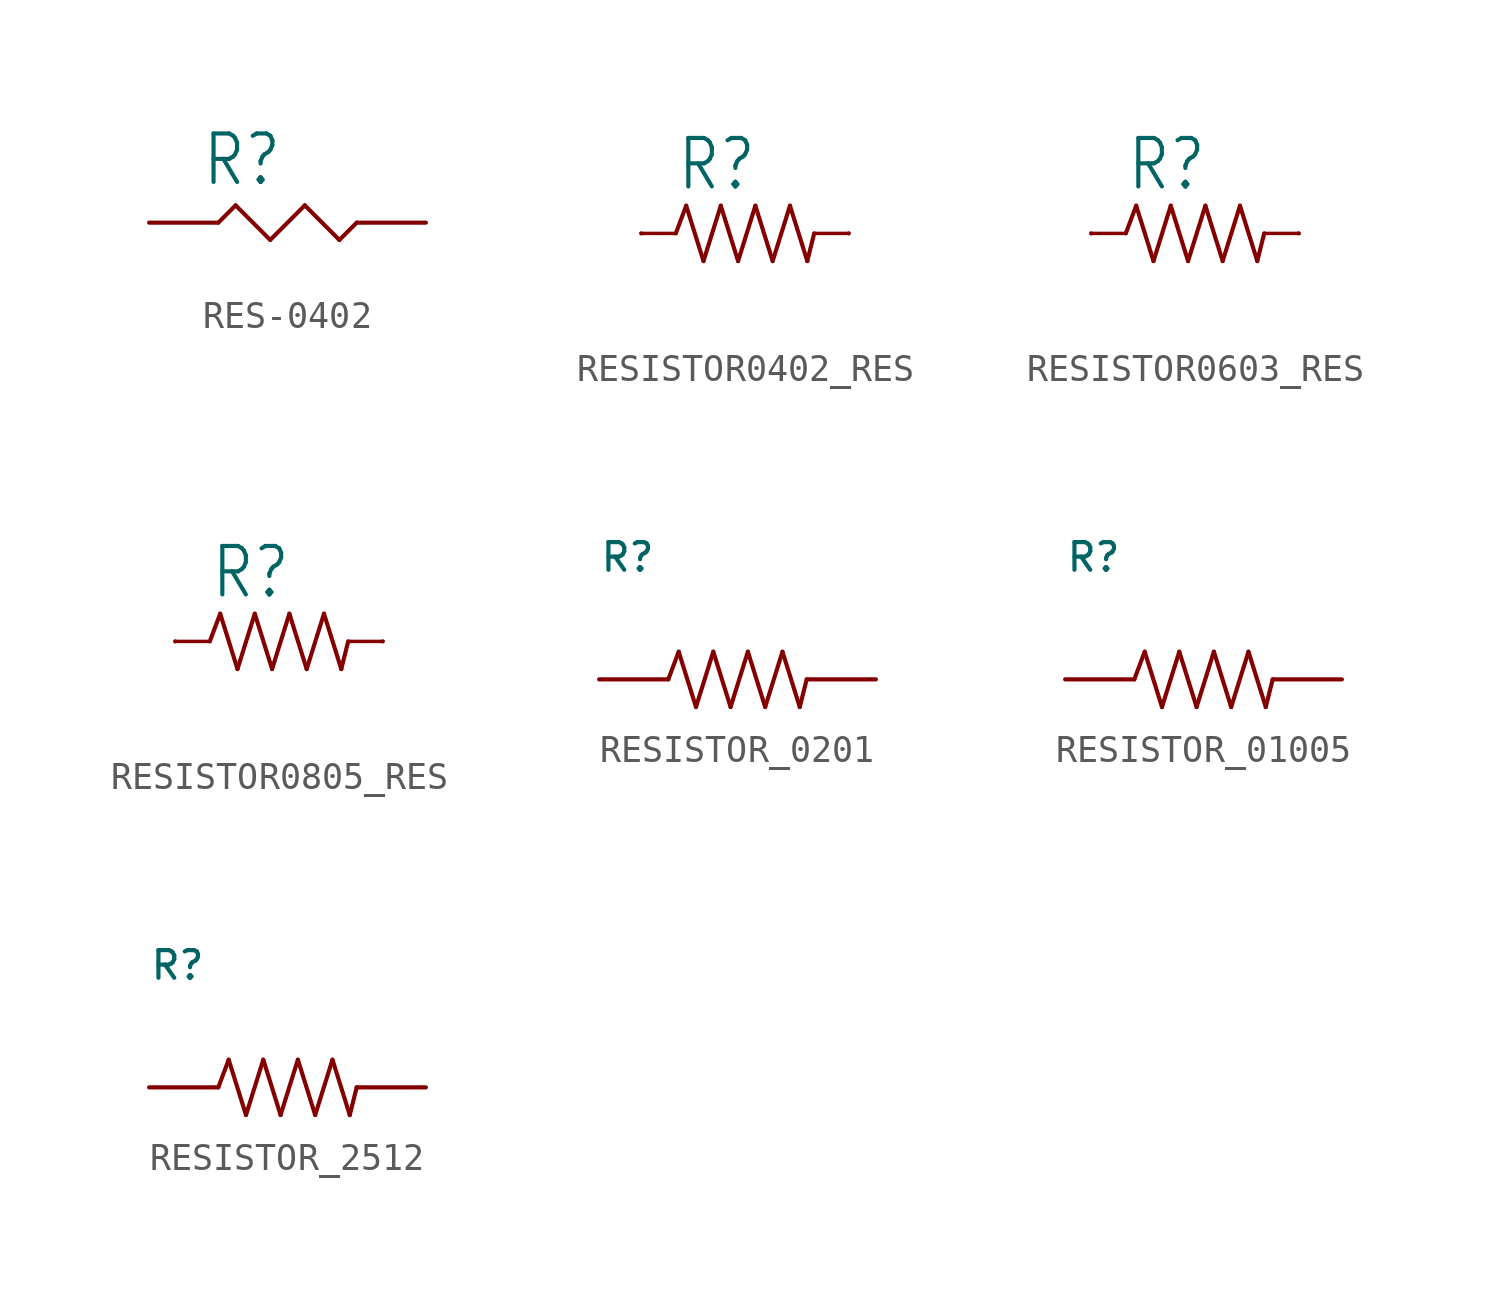
<source format=kicad_sym>
(kicad_symbol_lib
  (version 20231120)
  (generator "kicad_symbol_editor")
  (generator_version "8.0")
  (symbol "RES-0402"
    (property "Reference" "R"
      (at -3.175 1.27 0)
      (effects (font (size 1.778 1.511)) (justify left bottom)))
    (property "Value" ""
      (at -3.175 -1.905 0)
      (effects (font (size 1.778 1.511)) (justify left bottom)))
    (property "ki_locked" ""
      (at 0 0 0)
      (effects (font (size 1.27 1.27))))
    (symbol "RES-0402_1_0"
      (polyline (pts (xy -2.54 0) (xy -1.905 0.635)) (stroke (width 0.152) (type solid)) (fill (type none)))
      (polyline (pts (xy -1.905 0.635) (xy -0.635 -0.635)) (stroke (width 0.152) (type solid)) (fill (type none)))
      (polyline (pts (xy -0.635 -0.635) (xy 0.635 0.635)) (stroke (width 0.152) (type solid)) (fill (type none)))
      (polyline (pts (xy 0.635 0.635) (xy 1.905 -0.635)) (stroke (width 0.152) (type solid)) (fill (type none)))
      (polyline (pts (xy 1.905 -0.635) (xy 2.54 0)) (stroke (width 0.152) (type solid)) (fill (type none)))
      (pin bidirectional line (at -5.08 0 0) (length 2.54) (name "P$1" (effects (font (size 0 0)))) (number "P$1" (effects (font (size 0 0)))))
      (pin bidirectional line (at 5.08 0 180) (length 2.54) (name "P$2" (effects (font (size 0 0)))) (number "P$2" (effects (font (size 0 0)))))))
  (symbol "RESISTOR0402_RES"
    (property "Reference" "R"
      (at -3.81 1.499 0)
      (effects (font (size 1.778 1.511)) (justify left bottom)))
    (property "Value" ""
      (at -3.81 -3.302 0)
      (effects (font (size 1.778 1.511)) (justify left bottom)))
    (property "ki_locked" ""
      (at 0 0 0)
      (effects (font (size 1.27 1.27))))
    (symbol "RESISTOR0402_RES_1_0"
      (polyline (pts (xy -5.08 0) (xy -3.81 0)) (stroke (width 0.127) (type solid)) (fill (type none)))
      (polyline (pts (xy -3.81 0) (xy -3.429 1.016)) (stroke (width 0.152) (type solid)) (fill (type none)))
      (polyline (pts (xy -3.429 1.016) (xy -2.794 -1.016)) (stroke (width 0.152) (type solid)) (fill (type none)))
      (polyline (pts (xy -2.794 -1.016) (xy -2.159 1.016)) (stroke (width 0.152) (type solid)) (fill (type none)))
      (polyline (pts (xy -2.159 1.016) (xy -1.524 -1.016)) (stroke (width 0.152) (type solid)) (fill (type none)))
      (polyline (pts (xy -1.524 -1.016) (xy -0.889 1.016)) (stroke (width 0.152) (type solid)) (fill (type none)))
      (polyline (pts (xy -0.889 1.016) (xy -0.254 -1.016)) (stroke (width 0.152) (type solid)) (fill (type none)))
      (polyline (pts (xy -0.254 -1.016) (xy 0.381 1.016)) (stroke (width 0.152) (type solid)) (fill (type none)))
      (polyline (pts (xy 0.381 1.016) (xy 1.016 -1.016)) (stroke (width 0.152) (type solid)) (fill (type none)))
      (polyline (pts (xy 1.016 -1.016) (xy 1.27 0)) (stroke (width 0.152) (type solid)) (fill (type none)))
      (polyline (pts (xy 2.54 0) (xy 1.27 0)) (stroke (width 0.127) (type solid)) (fill (type none)))
      (pin passive line (at -5.08 0 0) (length 0) (name "1" (effects (font (size 0 0)))) (number "1" (effects (font (size 0 0)))))
      (pin passive line (at 2.54 0 180) (length 0) (name "2" (effects (font (size 0 0)))) (number "2" (effects (font (size 0 0)))))))
  (symbol "RESISTOR0603_RES"
    (property "Reference" "R"
      (at -3.81 1.499 0)
      (effects (font (size 1.778 1.511)) (justify left bottom)))
    (property "Value" ""
      (at -3.81 -3.302 0)
      (effects (font (size 1.778 1.511)) (justify left bottom)))
    (property "ki_locked" ""
      (at 0 0 0)
      (effects (font (size 1.27 1.27))))
    (symbol "RESISTOR0603_RES_1_0"
      (polyline (pts (xy -5.08 0) (xy -3.81 0)) (stroke (width 0.127) (type solid)) (fill (type none)))
      (polyline (pts (xy -3.81 0) (xy -3.429 1.016)) (stroke (width 0.152) (type solid)) (fill (type none)))
      (polyline (pts (xy -3.429 1.016) (xy -2.794 -1.016)) (stroke (width 0.152) (type solid)) (fill (type none)))
      (polyline (pts (xy -2.794 -1.016) (xy -2.159 1.016)) (stroke (width 0.152) (type solid)) (fill (type none)))
      (polyline (pts (xy -2.159 1.016) (xy -1.524 -1.016)) (stroke (width 0.152) (type solid)) (fill (type none)))
      (polyline (pts (xy -1.524 -1.016) (xy -0.889 1.016)) (stroke (width 0.152) (type solid)) (fill (type none)))
      (polyline (pts (xy -0.889 1.016) (xy -0.254 -1.016)) (stroke (width 0.152) (type solid)) (fill (type none)))
      (polyline (pts (xy -0.254 -1.016) (xy 0.381 1.016)) (stroke (width 0.152) (type solid)) (fill (type none)))
      (polyline (pts (xy 0.381 1.016) (xy 1.016 -1.016)) (stroke (width 0.152) (type solid)) (fill (type none)))
      (polyline (pts (xy 1.016 -1.016) (xy 1.27 0)) (stroke (width 0.152) (type solid)) (fill (type none)))
      (polyline (pts (xy 2.54 0) (xy 1.27 0)) (stroke (width 0.127) (type solid)) (fill (type none)))
      (pin passive line (at -5.08 0 0) (length 0) (name "1" (effects (font (size 0 0)))) (number "1" (effects (font (size 0 0)))))
      (pin passive line (at 2.54 0 180) (length 0) (name "2" (effects (font (size 0 0)))) (number "2" (effects (font (size 0 0)))))))
  (symbol "RESISTOR0805_RES"
    (property "Reference" "R"
      (at -3.81 1.499 0)
      (effects (font (size 1.778 1.511)) (justify left bottom)))
    (property "Value" ""
      (at -3.81 -3.302 0)
      (effects (font (size 1.778 1.511)) (justify left bottom)))
    (property "ki_locked" ""
      (at 0 0 0)
      (effects (font (size 1.27 1.27))))
    (symbol "RESISTOR0805_RES_1_0"
      (polyline (pts (xy -5.08 0) (xy -3.81 0)) (stroke (width 0.127) (type solid)) (fill (type none)))
      (polyline (pts (xy -3.81 0) (xy -3.429 1.016)) (stroke (width 0.152) (type solid)) (fill (type none)))
      (polyline (pts (xy -3.429 1.016) (xy -2.794 -1.016)) (stroke (width 0.152) (type solid)) (fill (type none)))
      (polyline (pts (xy -2.794 -1.016) (xy -2.159 1.016)) (stroke (width 0.152) (type solid)) (fill (type none)))
      (polyline (pts (xy -2.159 1.016) (xy -1.524 -1.016)) (stroke (width 0.152) (type solid)) (fill (type none)))
      (polyline (pts (xy -1.524 -1.016) (xy -0.889 1.016)) (stroke (width 0.152) (type solid)) (fill (type none)))
      (polyline (pts (xy -0.889 1.016) (xy -0.254 -1.016)) (stroke (width 0.152) (type solid)) (fill (type none)))
      (polyline (pts (xy -0.254 -1.016) (xy 0.381 1.016)) (stroke (width 0.152) (type solid)) (fill (type none)))
      (polyline (pts (xy 0.381 1.016) (xy 1.016 -1.016)) (stroke (width 0.152) (type solid)) (fill (type none)))
      (polyline (pts (xy 1.016 -1.016) (xy 1.27 0)) (stroke (width 0.152) (type solid)) (fill (type none)))
      (polyline (pts (xy 2.54 0) (xy 1.27 0)) (stroke (width 0.127) (type solid)) (fill (type none)))
      (pin passive line (at -5.08 0 0) (length 0) (name "1" (effects (font (size 0 0)))) (number "1" (effects (font (size 0 0)))))
      (pin passive line (at 2.54 0 180) (length 0) (name "2" (effects (font (size 0 0)))) (number "2" (effects (font (size 0 0)))))))
  (symbol "RESISTOR_0201"
    (property "Reference" "R"
      (at -5.08 5.08 0)
      (effects (font (size 1.016 1.016)) (justify left top)))
    (property "Value" ""
      (at -5.08 2.54 0)
      (effects (font (size 1.016 1.016)) (justify left bottom)))
    (property "ki_locked" ""
      (at 0 0 0)
      (effects (font (size 1.27 1.27))))
    (symbol "RESISTOR_0201_1_0"
      (polyline (pts (xy -2.54 0) (xy -2.159 1.016)) (stroke (width 0.152) (type solid)) (fill (type none)))
      (polyline (pts (xy -2.159 1.016) (xy -1.524 -1.016)) (stroke (width 0.152) (type solid)) (fill (type none)))
      (polyline (pts (xy -1.524 -1.016) (xy -0.889 1.016)) (stroke (width 0.152) (type solid)) (fill (type none)))
      (polyline (pts (xy -0.889 1.016) (xy -0.254 -1.016)) (stroke (width 0.152) (type solid)) (fill (type none)))
      (polyline (pts (xy -0.254 -1.016) (xy 0.381 1.016)) (stroke (width 0.152) (type solid)) (fill (type none)))
      (polyline (pts (xy 0.381 1.016) (xy 1.016 -1.016)) (stroke (width 0.152) (type solid)) (fill (type none)))
      (polyline (pts (xy 1.016 -1.016) (xy 1.651 1.016)) (stroke (width 0.152) (type solid)) (fill (type none)))
      (polyline (pts (xy 1.651 1.016) (xy 2.286 -1.016)) (stroke (width 0.152) (type solid)) (fill (type none)))
      (polyline (pts (xy 2.286 -1.016) (xy 2.54 0)) (stroke (width 0.152) (type solid)) (fill (type none)))
      (pin passive line (at -5.08 0 0) (length 2.54) (name "1" (effects (font (size 0 0)))) (number "1" (effects (font (size 0 0)))))
      (pin passive line (at 5.08 0 180) (length 2.54) (name "2" (effects (font (size 0 0)))) (number "2" (effects (font (size 0 0)))))))
  (symbol "RESISTOR_01005"
    (property "Reference" "R"
      (at -5.08 5.08 0)
      (effects (font (size 1.016 1.016)) (justify left top)))
    (property "Value" ""
      (at -5.08 2.54 0)
      (effects (font (size 1.016 1.016)) (justify left bottom)))
    (property "ki_locked" ""
      (at 0 0 0)
      (effects (font (size 1.27 1.27))))
    (symbol "RESISTOR_01005_1_0"
      (polyline (pts (xy -2.54 0) (xy -2.159 1.016)) (stroke (width 0.152) (type solid)) (fill (type none)))
      (polyline (pts (xy -2.159 1.016) (xy -1.524 -1.016)) (stroke (width 0.152) (type solid)) (fill (type none)))
      (polyline (pts (xy -1.524 -1.016) (xy -0.889 1.016)) (stroke (width 0.152) (type solid)) (fill (type none)))
      (polyline (pts (xy -0.889 1.016) (xy -0.254 -1.016)) (stroke (width 0.152) (type solid)) (fill (type none)))
      (polyline (pts (xy -0.254 -1.016) (xy 0.381 1.016)) (stroke (width 0.152) (type solid)) (fill (type none)))
      (polyline (pts (xy 0.381 1.016) (xy 1.016 -1.016)) (stroke (width 0.152) (type solid)) (fill (type none)))
      (polyline (pts (xy 1.016 -1.016) (xy 1.651 1.016)) (stroke (width 0.152) (type solid)) (fill (type none)))
      (polyline (pts (xy 1.651 1.016) (xy 2.286 -1.016)) (stroke (width 0.152) (type solid)) (fill (type none)))
      (polyline (pts (xy 2.286 -1.016) (xy 2.54 0)) (stroke (width 0.152) (type solid)) (fill (type none)))
      (pin passive line (at -5.08 0 0) (length 2.54) (name "1" (effects (font (size 0 0)))) (number "1" (effects (font (size 0 0)))))
      (pin passive line (at 5.08 0 180) (length 2.54) (name "2" (effects (font (size 0 0)))) (number "2" (effects (font (size 0 0)))))))
  (symbol "RESISTOR_2512"
    (property "Reference" "R"
      (at -5.08 5.08 0)
      (effects (font (size 1.016 1.016)) (justify left top)))
    (property "Value" ""
      (at -5.08 2.54 0)
      (effects (font (size 1.016 1.016)) (justify left bottom)))
    (property "ki_locked" ""
      (at 0 0 0)
      (effects (font (size 1.27 1.27))))
    (symbol "RESISTOR_2512_1_0"
      (polyline (pts (xy -2.54 0) (xy -2.159 1.016)) (stroke (width 0.152) (type solid)) (fill (type none)))
      (polyline (pts (xy -2.159 1.016) (xy -1.524 -1.016)) (stroke (width 0.152) (type solid)) (fill (type none)))
      (polyline (pts (xy -1.524 -1.016) (xy -0.889 1.016)) (stroke (width 0.152) (type solid)) (fill (type none)))
      (polyline (pts (xy -0.889 1.016) (xy -0.254 -1.016)) (stroke (width 0.152) (type solid)) (fill (type none)))
      (polyline (pts (xy -0.254 -1.016) (xy 0.381 1.016)) (stroke (width 0.152) (type solid)) (fill (type none)))
      (polyline (pts (xy 0.381 1.016) (xy 1.016 -1.016)) (stroke (width 0.152) (type solid)) (fill (type none)))
      (polyline (pts (xy 1.016 -1.016) (xy 1.651 1.016)) (stroke (width 0.152) (type solid)) (fill (type none)))
      (polyline (pts (xy 1.651 1.016) (xy 2.286 -1.016)) (stroke (width 0.152) (type solid)) (fill (type none)))
      (polyline (pts (xy 2.286 -1.016) (xy 2.54 0)) (stroke (width 0.152) (type solid)) (fill (type none)))
      (pin passive line (at -5.08 0 0) (length 2.54) (name "1" (effects (font (size 0 0)))) (number "1" (effects (font (size 0 0)))))
      (pin passive line (at 5.08 0 180) (length 2.54) (name "2" (effects (font (size 0 0)))) (number "2" (effects (font (size 0 0))))))))
</source>
